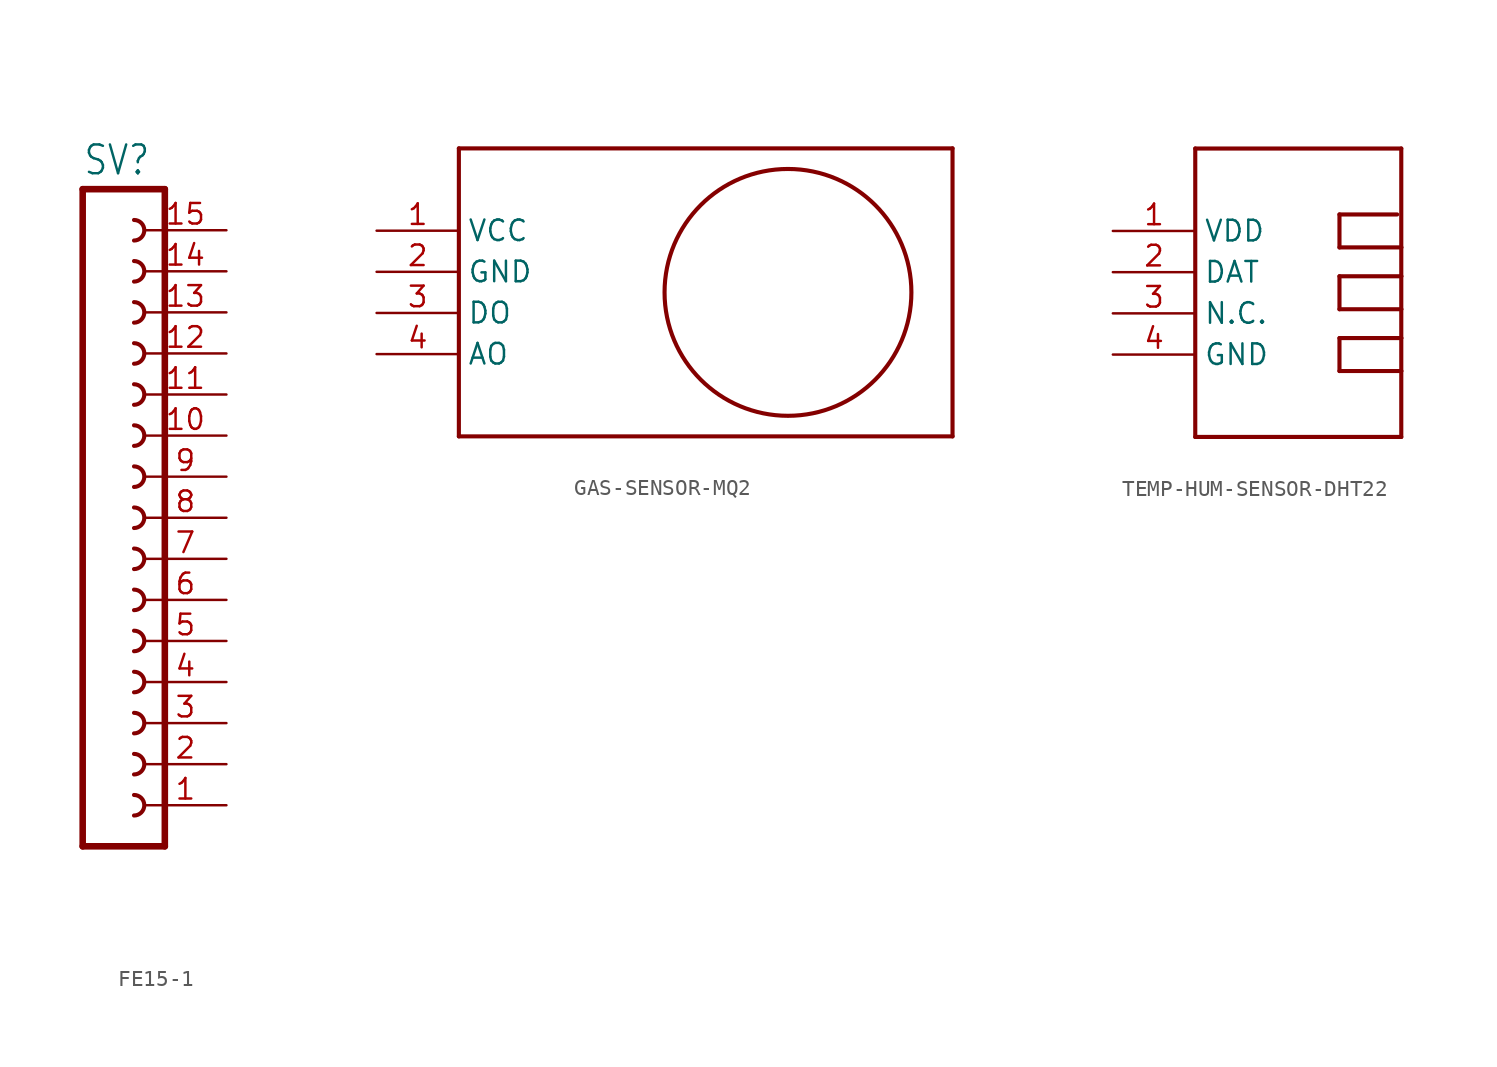
<source format=kicad_sym>
(kicad_symbol_lib
  (version 20220914)
  (generator kicad_symbol_editor)
  (symbol "FE15-1"
    (property "Reference" "SV"
      (at -1.27 21.082 0)
      (effects (font (size 1.778 1.511)) (justify left bottom)))
    (property "Value" ""
      (at -1.27 -22.86 0)
      (effects (font (size 1.778 1.511)) (justify left bottom)))
    (property "ki_locked" ""
      (at 0 0 0)
      (effects (font (size 1.27 1.27))))
    (symbol "FE15-1_1_0"
      (polyline (pts (xy -1.27 20.32) (xy -1.27 -20.32)) (stroke (width 0.406) (type solid)) (fill (type none)))
      (polyline (pts (xy -1.27 20.32) (xy 3.81 20.32)) (stroke (width 0.406) (type solid)) (fill (type none)))
      (polyline (pts (xy 3.81 -20.32) (xy -1.27 -20.32)) (stroke (width 0.406) (type solid)) (fill (type none)))
      (polyline (pts (xy 3.81 -20.32) (xy 3.81 20.32)) (stroke (width 0.406) (type solid)) (fill (type none)))
      (arc (start 1.905 -18.415) (mid 2.54 -17.78) (end 1.905 -17.145) (stroke (width 0.254) (type solid)) (fill (type none)))
      (arc (start 1.905 -15.875) (mid 2.54 -15.24) (end 1.905 -14.605) (stroke (width 0.254) (type solid)) (fill (type none)))
      (arc (start 1.905 -13.335) (mid 2.54 -12.7) (end 1.905 -12.065) (stroke (width 0.254) (type solid)) (fill (type none)))
      (arc (start 1.905 -10.795) (mid 2.54 -10.16) (end 1.905 -9.525) (stroke (width 0.254) (type solid)) (fill (type none)))
      (arc (start 1.905 -8.255) (mid 2.54 -7.62) (end 1.905 -6.985) (stroke (width 0.254) (type solid)) (fill (type none)))
      (arc (start 1.905 -5.715) (mid 2.54 -5.08) (end 1.905 -4.445) (stroke (width 0.254) (type solid)) (fill (type none)))
      (arc (start 1.905 -3.175) (mid 2.54 -2.54) (end 1.905 -1.905) (stroke (width 0.254) (type solid)) (fill (type none)))
      (arc (start 1.905 -0.635) (mid 2.54 0) (end 1.905 0.635) (stroke (width 0.254) (type solid)) (fill (type none)))
      (arc (start 1.905 1.905) (mid 2.54 2.54) (end 1.905 3.175) (stroke (width 0.254) (type solid)) (fill (type none)))
      (arc (start 1.905 4.445) (mid 2.54 5.08) (end 1.905 5.715) (stroke (width 0.254) (type solid)) (fill (type none)))
      (arc (start 1.905 6.985) (mid 2.54 7.62) (end 1.905 8.255) (stroke (width 0.254) (type solid)) (fill (type none)))
      (arc (start 1.905 9.525) (mid 2.54 10.16) (end 1.905 10.795) (stroke (width 0.254) (type solid)) (fill (type none)))
      (arc (start 1.905 12.065) (mid 2.54 12.7) (end 1.905 13.335) (stroke (width 0.254) (type solid)) (fill (type none)))
      (arc (start 1.905 14.605) (mid 2.54 15.24) (end 1.905 15.875) (stroke (width 0.254) (type solid)) (fill (type none)))
      (arc (start 1.905 17.145) (mid 2.54 17.78) (end 1.905 18.415) (stroke (width 0.254) (type solid)) (fill (type none)))
      (pin passive line (at 7.62 -17.78 180) (length 5.08) (name "1" (effects (font (size 0 0)))) (number "1" (effects (font (size 1.27 1.27)))))
      (pin passive line (at 7.62 5.08 180) (length 5.08) (name "10" (effects (font (size 0 0)))) (number "10" (effects (font (size 1.27 1.27)))))
      (pin passive line (at 7.62 7.62 180) (length 5.08) (name "11" (effects (font (size 0 0)))) (number "11" (effects (font (size 1.27 1.27)))))
      (pin passive line (at 7.62 10.16 180) (length 5.08) (name "12" (effects (font (size 0 0)))) (number "12" (effects (font (size 1.27 1.27)))))
      (pin passive line (at 7.62 12.7 180) (length 5.08) (name "13" (effects (font (size 0 0)))) (number "13" (effects (font (size 1.27 1.27)))))
      (pin passive line (at 7.62 15.24 180) (length 5.08) (name "14" (effects (font (size 0 0)))) (number "14" (effects (font (size 1.27 1.27)))))
      (pin passive line (at 7.62 17.78 180) (length 5.08) (name "15" (effects (font (size 0 0)))) (number "15" (effects (font (size 1.27 1.27)))))
      (pin passive line (at 7.62 -15.24 180) (length 5.08) (name "2" (effects (font (size 0 0)))) (number "2" (effects (font (size 1.27 1.27)))))
      (pin passive line (at 7.62 -12.7 180) (length 5.08) (name "3" (effects (font (size 0 0)))) (number "3" (effects (font (size 1.27 1.27)))))
      (pin passive line (at 7.62 -10.16 180) (length 5.08) (name "4" (effects (font (size 0 0)))) (number "4" (effects (font (size 1.27 1.27)))))
      (pin passive line (at 7.62 -7.62 180) (length 5.08) (name "5" (effects (font (size 0 0)))) (number "5" (effects (font (size 1.27 1.27)))))
      (pin passive line (at 7.62 -5.08 180) (length 5.08) (name "6" (effects (font (size 0 0)))) (number "6" (effects (font (size 1.27 1.27)))))
      (pin passive line (at 7.62 -2.54 180) (length 5.08) (name "7" (effects (font (size 0 0)))) (number "7" (effects (font (size 1.27 1.27)))))
      (pin passive line (at 7.62 0 180) (length 5.08) (name "8" (effects (font (size 0 0)))) (number "8" (effects (font (size 1.27 1.27)))))
      (pin passive line (at 7.62 2.54 180) (length 5.08) (name "9" (effects (font (size 0 0)))) (number "9" (effects (font (size 1.27 1.27)))))))
  (symbol "GAS-SENSOR-MQ2"
    (property "Reference" ""
      (at -15.24 12.7 0)
      (effects (font (size 1.778 1.511)) (justify left bottom) hide))
    (property "Value" ""
      (at -15.24 10.16 0)
      (effects (font (size 1.778 1.511)) (justify left bottom)))
    (property "ki_locked" ""
      (at 0 0 0)
      (effects (font (size 1.27 1.27))))
    (symbol "GAS-SENSOR-MQ2_1_0"
      (polyline (pts (xy -15.24 -10.16) (xy 15.24 -10.16)) (stroke (width 0.254) (type solid)) (fill (type none)))
      (polyline (pts (xy -15.24 7.62) (xy -15.24 -10.16)) (stroke (width 0.254) (type solid)) (fill (type none)))
      (polyline (pts (xy 15.24 -10.16) (xy 15.24 7.62)) (stroke (width 0.254) (type solid)) (fill (type none)))
      (polyline (pts (xy 15.24 7.62) (xy -15.24 7.62)) (stroke (width 0.254) (type solid)) (fill (type none)))
      (circle (center 5.08 -1.27) (radius 7.62) (stroke (width 0.254) (type solid)) (fill (type none)))
      (pin power_in line (at -20.32 2.54 0) (length 5.08) (name "VCC" (effects (font (size 1.27 1.27)))) (number "1" (effects (font (size 1.27 1.27)))))
      (pin power_in line (at -20.32 0 0) (length 5.08) (name "GND" (effects (font (size 1.27 1.27)))) (number "2" (effects (font (size 1.27 1.27)))))
      (pin output line (at -20.32 -2.54 0) (length 5.08) (name "DO" (effects (font (size 1.27 1.27)))) (number "3" (effects (font (size 1.27 1.27)))))
      (pin output line (at -20.32 -5.08 0) (length 5.08) (name "AO" (effects (font (size 1.27 1.27)))) (number "4" (effects (font (size 1.27 1.27)))))))
  (symbol "TEMP-HUM-SENSOR-DHT22"
    (property "Reference" ""
      (at -7.62 15.24 0)
      (effects (font (size 1.778 1.511)) (justify left bottom) hide))
    (property "Value" ""
      (at -7.62 12.7 0)
      (effects (font (size 1.778 1.511)) (justify left bottom)))
    (property "ki_locked" ""
      (at 0 0 0)
      (effects (font (size 1.27 1.27))))
    (symbol "TEMP-HUM-SENSOR-DHT22_1_0"
      (polyline (pts (xy -7.62 -7.62) (xy -7.62 10.16)) (stroke (width 0.254) (type solid)) (fill (type none)))
      (polyline (pts (xy -7.62 10.16) (xy 5.08 10.16)) (stroke (width 0.254) (type solid)) (fill (type none)))
      (polyline (pts (xy 1.27 -3.556) (xy 5.08 -3.556)) (stroke (width 0.254) (type solid)) (fill (type none)))
      (polyline (pts (xy 1.27 -1.524) (xy 1.27 -3.556)) (stroke (width 0.254) (type solid)) (fill (type none)))
      (polyline (pts (xy 1.27 0.254) (xy 5.08 0.254)) (stroke (width 0.254) (type solid)) (fill (type none)))
      (polyline (pts (xy 1.27 2.286) (xy 1.27 0.254)) (stroke (width 0.254) (type solid)) (fill (type none)))
      (polyline (pts (xy 1.27 4.064) (xy 5.08 4.064)) (stroke (width 0.254) (type solid)) (fill (type none)))
      (polyline (pts (xy 1.27 6.096) (xy 1.27 4.064)) (stroke (width 0.254) (type solid)) (fill (type none)))
      (polyline (pts (xy 4.826 6.096) (xy 1.27 6.096)) (stroke (width 0.254) (type solid)) (fill (type none)))
      (polyline (pts (xy 5.08 -7.62) (xy -7.62 -7.62)) (stroke (width 0.254) (type solid)) (fill (type none)))
      (polyline (pts (xy 5.08 -3.556) (xy 5.08 -7.62)) (stroke (width 0.254) (type solid)) (fill (type none)))
      (polyline (pts (xy 5.08 -1.524) (xy 1.27 -1.524)) (stroke (width 0.254) (type solid)) (fill (type none)))
      (polyline (pts (xy 5.08 -1.524) (xy 5.08 -3.556)) (stroke (width 0.254) (type solid)) (fill (type none)))
      (polyline (pts (xy 5.08 0.254) (xy 5.08 -1.524)) (stroke (width 0.254) (type solid)) (fill (type none)))
      (polyline (pts (xy 5.08 2.286) (xy 1.27 2.286)) (stroke (width 0.254) (type solid)) (fill (type none)))
      (polyline (pts (xy 5.08 2.286) (xy 5.08 0.254)) (stroke (width 0.254) (type solid)) (fill (type none)))
      (polyline (pts (xy 5.08 4.064) (xy 5.08 2.286)) (stroke (width 0.254) (type solid)) (fill (type none)))
      (polyline (pts (xy 5.08 10.16) (xy 5.08 4.064)) (stroke (width 0.254) (type solid)) (fill (type none)))
      (pin power_in line (at -12.7 5.08 0) (length 5.08) (name "VDD" (effects (font (size 1.27 1.27)))) (number "1" (effects (font (size 1.27 1.27)))))
      (pin bidirectional line (at -12.7 2.54 0) (length 5.08) (name "DAT" (effects (font (size 1.27 1.27)))) (number "2" (effects (font (size 1.27 1.27)))))
      (pin passive line (at -12.7 0 0) (length 5.08) (name "N.C." (effects (font (size 1.27 1.27)))) (number "3" (effects (font (size 1.27 1.27)))))
      (pin power_in line (at -12.7 -2.54 0) (length 5.08) (name "GND" (effects (font (size 1.27 1.27)))) (number "4" (effects (font (size 1.27 1.27))))))))
</source>
